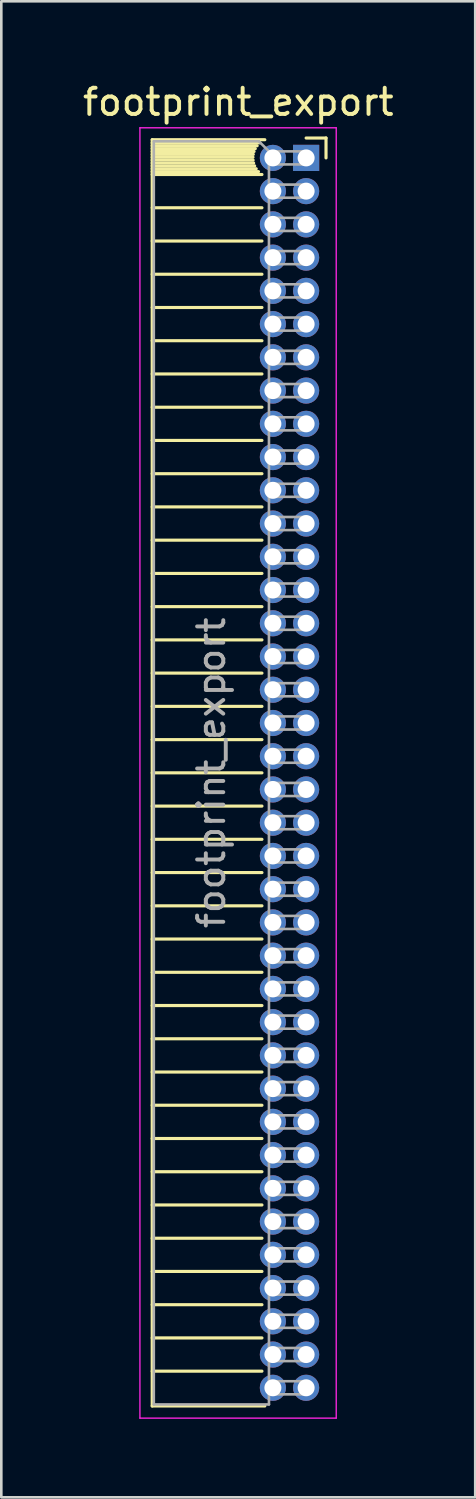
<source format=kicad_pcb>
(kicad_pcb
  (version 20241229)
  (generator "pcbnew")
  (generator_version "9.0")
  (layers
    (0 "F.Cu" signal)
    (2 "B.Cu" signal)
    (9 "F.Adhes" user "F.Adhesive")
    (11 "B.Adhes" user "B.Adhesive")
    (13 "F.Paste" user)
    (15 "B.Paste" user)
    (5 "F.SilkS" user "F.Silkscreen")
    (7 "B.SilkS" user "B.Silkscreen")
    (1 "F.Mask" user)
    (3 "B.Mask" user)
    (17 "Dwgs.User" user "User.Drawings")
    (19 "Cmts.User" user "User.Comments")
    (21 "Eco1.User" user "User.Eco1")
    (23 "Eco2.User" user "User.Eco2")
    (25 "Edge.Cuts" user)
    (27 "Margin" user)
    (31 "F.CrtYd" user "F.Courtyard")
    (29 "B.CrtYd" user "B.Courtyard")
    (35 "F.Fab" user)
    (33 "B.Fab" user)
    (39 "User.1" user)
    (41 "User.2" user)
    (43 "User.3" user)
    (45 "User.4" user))
  (footprint "footprint_export"
    (layer "F.Cu")
    (at 8.646 2.983)
    (property "Reference" "footprint_export" (at -2.592 -2.135 0) (layer "F.SilkS") (effects (font (size 1 1) (thickness 0.15))))
    (attr through_hole)
    (fp_line (start -5.88 -0.695) (end -5.88 47.685) (stroke (width 0.12) (type solid)) (layer "F.SilkS"))
    (fp_line (start -5.88 -0.695) (end -1.578 -0.695) (stroke (width 0.12) (type solid)) (layer "F.SilkS"))
    (fp_line (start -5.88 -0.575) (end -1.767 -0.575) (stroke (width 0.12) (type solid)) (layer "F.SilkS"))
    (fp_line (start -5.88 -0.465) (end -1.871 -0.465) (stroke (width 0.12) (type solid)) (layer "F.SilkS"))
    (fp_line (start -5.88 -0.355) (end -1.942 -0.355) (stroke (width 0.12) (type solid)) (layer "F.SilkS"))
    (fp_line (start -5.88 -0.245) (end -1.989 -0.245) (stroke (width 0.12) (type solid)) (layer "F.SilkS"))
    (fp_line (start -5.88 -0.135) (end -2.018 -0.135) (stroke (width 0.12) (type solid)) (layer "F.SilkS"))
    (fp_line (start -5.88 -0.025) (end -2.03 -0.025) (stroke (width 0.12) (type solid)) (layer "F.SilkS"))
    (fp_line (start -5.88 0.085) (end -2.025 0.085) (stroke (width 0.12) (type solid)) (layer "F.SilkS"))
    (fp_line (start -5.88 0.195) (end -2.005 0.195) (stroke (width 0.12) (type solid)) (layer "F.SilkS"))
    (fp_line (start -5.88 0.305) (end -1.966 0.305) (stroke (width 0.12) (type solid)) (layer "F.SilkS"))
    (fp_line (start -5.88 0.415) (end -1.907 0.415) (stroke (width 0.12) (type solid)) (layer "F.SilkS"))
    (fp_line (start -5.88 0.525) (end -1.82 0.525) (stroke (width 0.12) (type solid)) (layer "F.SilkS"))
    (fp_line (start -5.88 0.635) (end -1.688 0.635) (stroke (width 0.12) (type solid)) (layer "F.SilkS"))
    (fp_line (start -5.88 1.905) (end -1.688 1.905) (stroke (width 0.12) (type solid)) (layer "F.SilkS"))
    (fp_line (start -5.88 3.175) (end -1.688 3.175) (stroke (width 0.12) (type solid)) (layer "F.SilkS"))
    (fp_line (start -5.88 4.445) (end -1.688 4.445) (stroke (width 0.12) (type solid)) (layer "F.SilkS"))
    (fp_line (start -5.88 5.715) (end -1.688 5.715) (stroke (width 0.12) (type solid)) (layer "F.SilkS"))
    (fp_line (start -5.88 6.985) (end -1.688 6.985) (stroke (width 0.12) (type solid)) (layer "F.SilkS"))
    (fp_line (start -5.88 8.255) (end -1.688 8.255) (stroke (width 0.12) (type solid)) (layer "F.SilkS"))
    (fp_line (start -5.88 9.525) (end -1.688 9.525) (stroke (width 0.12) (type solid)) (layer "F.SilkS"))
    (fp_line (start -5.88 10.795) (end -1.688 10.795) (stroke (width 0.12) (type solid)) (layer "F.SilkS"))
    (fp_line (start -5.88 12.065) (end -1.688 12.065) (stroke (width 0.12) (type solid)) (layer "F.SilkS"))
    (fp_line (start -5.88 13.335) (end -1.688 13.335) (stroke (width 0.12) (type solid)) (layer "F.SilkS"))
    (fp_line (start -5.88 14.605) (end -1.688 14.605) (stroke (width 0.12) (type solid)) (layer "F.SilkS"))
    (fp_line (start -5.88 15.875) (end -1.688 15.875) (stroke (width 0.12) (type solid)) (layer "F.SilkS"))
    (fp_line (start -5.88 17.145) (end -1.688 17.145) (stroke (width 0.12) (type solid)) (layer "F.SilkS"))
    (fp_line (start -5.88 18.415) (end -1.688 18.415) (stroke (width 0.12) (type solid)) (layer "F.SilkS"))
    (fp_line (start -5.88 19.685) (end -1.688 19.685) (stroke (width 0.12) (type solid)) (layer "F.SilkS"))
    (fp_line (start -5.88 20.955) (end -1.688 20.955) (stroke (width 0.12) (type solid)) (layer "F.SilkS"))
    (fp_line (start -5.88 22.225) (end -1.688 22.225) (stroke (width 0.12) (type solid)) (layer "F.SilkS"))
    (fp_line (start -5.88 23.495) (end -1.688 23.495) (stroke (width 0.12) (type solid)) (layer "F.SilkS"))
    (fp_line (start -5.88 24.765) (end -1.688 24.765) (stroke (width 0.12) (type solid)) (layer "F.SilkS"))
    (fp_line (start -5.88 26.035) (end -1.688 26.035) (stroke (width 0.12) (type solid)) (layer "F.SilkS"))
    (fp_line (start -5.88 27.305) (end -1.688 27.305) (stroke (width 0.12) (type solid)) (layer "F.SilkS"))
    (fp_line (start -5.88 28.575) (end -1.688 28.575) (stroke (width 0.12) (type solid)) (layer "F.SilkS"))
    (fp_line (start -5.88 29.845) (end -1.688 29.845) (stroke (width 0.12) (type solid)) (layer "F.SilkS"))
    (fp_line (start -5.88 31.115) (end -1.688 31.115) (stroke (width 0.12) (type solid)) (layer "F.SilkS"))
    (fp_line (start -5.88 32.385) (end -1.688 32.385) (stroke (width 0.12) (type solid)) (layer "F.SilkS"))
    (fp_line (start -5.88 33.655) (end -1.688 33.655) (stroke (width 0.12) (type solid)) (layer "F.SilkS"))
    (fp_line (start -5.88 34.925) (end -1.688 34.925) (stroke (width 0.12) (type solid)) (layer "F.SilkS"))
    (fp_line (start -5.88 36.195) (end -1.688 36.195) (stroke (width 0.12) (type solid)) (layer "F.SilkS"))
    (fp_line (start -5.88 37.465) (end -1.688 37.465) (stroke (width 0.12) (type solid)) (layer "F.SilkS"))
    (fp_line (start -5.88 38.735) (end -1.688 38.735) (stroke (width 0.12) (type solid)) (layer "F.SilkS"))
    (fp_line (start -5.88 40.005) (end -1.688 40.005) (stroke (width 0.12) (type solid)) (layer "F.SilkS"))
    (fp_line (start -5.88 41.275) (end -1.688 41.275) (stroke (width 0.12) (type solid)) (layer "F.SilkS"))
    (fp_line (start -5.88 42.545) (end -1.688 42.545) (stroke (width 0.12) (type solid)) (layer "F.SilkS"))
    (fp_line (start -5.88 43.815) (end -1.688 43.815) (stroke (width 0.12) (type solid)) (layer "F.SilkS"))
    (fp_line (start -5.88 45.085) (end -1.688 45.085) (stroke (width 0.12) (type solid)) (layer "F.SilkS"))
    (fp_line (start -5.88 46.355) (end -1.688 46.355) (stroke (width 0.12) (type solid)) (layer "F.SilkS"))
    (fp_line (start -5.88 47.685) (end -1.578 47.685) (stroke (width 0.12) (type solid)) (layer "F.SilkS"))
    (fp_line (start 0 -0.76) (end 0.76 -0.76) (stroke (width 0.12) (type solid)) (layer "F.SilkS"))
    (fp_line (start 0.76 -0.76) (end 0.76 0) (stroke (width 0.12) (type solid)) (layer "F.SilkS"))
    (fp_line (start -6.35 -1.15) (end -6.35 48.15) (stroke (width 0.05) (type solid)) (layer "F.CrtYd"))
    (fp_line (start -6.35 48.15) (end 1.15 48.15) (stroke (width 0.05) (type solid)) (layer "F.CrtYd"))
    (fp_line (start 1.15 -1.15) (end -6.35 -1.15) (stroke (width 0.05) (type solid)) (layer "F.CrtYd"))
    (fp_line (start 1.15 48.15) (end 1.15 -1.15) (stroke (width 0.05) (type solid)) (layer "F.CrtYd"))
    (fp_line (start -5.82 -0.635) (end -1.805 -0.635) (stroke (width 0.1) (type solid)) (layer "F.Fab"))
    (fp_line (start -5.82 47.625) (end -5.82 -0.635) (stroke (width 0.1) (type solid)) (layer "F.Fab"))
    (fp_line (start -1.805 -0.635) (end -1.42 -0.25) (stroke (width 0.1) (type solid)) (layer "F.Fab"))
    (fp_line (start -1.42 -0.25) (end -1.42 47.625) (stroke (width 0.1) (type solid)) (layer "F.Fab"))
    (fp_line (start -1.42 0.25) (end 0 0.25) (stroke (width 0.1) (type solid)) (layer "F.Fab"))
    (fp_line (start -1.42 1.52) (end 0 1.52) (stroke (width 0.1) (type solid)) (layer "F.Fab"))
    (fp_line (start -1.42 2.79) (end 0 2.79) (stroke (width 0.1) (type solid)) (layer "F.Fab"))
    (fp_line (start -1.42 4.06) (end 0 4.06) (stroke (width 0.1) (type solid)) (layer "F.Fab"))
    (fp_line (start -1.42 5.33) (end 0 5.33) (stroke (width 0.1) (type solid)) (layer "F.Fab"))
    (fp_line (start -1.42 6.6) (end 0 6.6) (stroke (width 0.1) (type solid)) (layer "F.Fab"))
    (fp_line (start -1.42 7.87) (end 0 7.87) (stroke (width 0.1) (type solid)) (layer "F.Fab"))
    (fp_line (start -1.42 9.14) (end 0 9.14) (stroke (width 0.1) (type solid)) (layer "F.Fab"))
    (fp_line (start -1.42 10.41) (end 0 10.41) (stroke (width 0.1) (type solid)) (layer "F.Fab"))
    (fp_line (start -1.42 11.68) (end 0 11.68) (stroke (width 0.1) (type solid)) (layer "F.Fab"))
    (fp_line (start -1.42 12.95) (end 0 12.95) (stroke (width 0.1) (type solid)) (layer "F.Fab"))
    (fp_line (start -1.42 14.22) (end 0 14.22) (stroke (width 0.1) (type solid)) (layer "F.Fab"))
    (fp_line (start -1.42 15.49) (end 0 15.49) (stroke (width 0.1) (type solid)) (layer "F.Fab"))
    (fp_line (start -1.42 16.76) (end 0 16.76) (stroke (width 0.1) (type solid)) (layer "F.Fab"))
    (fp_line (start -1.42 18.03) (end 0 18.03) (stroke (width 0.1) (type solid)) (layer "F.Fab"))
    (fp_line (start -1.42 19.3) (end 0 19.3) (stroke (width 0.1) (type solid)) (layer "F.Fab"))
    (fp_line (start -1.42 20.57) (end 0 20.57) (stroke (width 0.1) (type solid)) (layer "F.Fab"))
    (fp_line (start -1.42 21.84) (end 0 21.84) (stroke (width 0.1) (type solid)) (layer "F.Fab"))
    (fp_line (start -1.42 23.11) (end 0 23.11) (stroke (width 0.1) (type solid)) (layer "F.Fab"))
    (fp_line (start -1.42 24.38) (end 0 24.38) (stroke (width 0.1) (type solid)) (layer "F.Fab"))
    (fp_line (start -1.42 25.65) (end 0 25.65) (stroke (width 0.1) (type solid)) (layer "F.Fab"))
    (fp_line (start -1.42 26.92) (end 0 26.92) (stroke (width 0.1) (type solid)) (layer "F.Fab"))
    (fp_line (start -1.42 28.19) (end 0 28.19) (stroke (width 0.1) (type solid)) (layer "F.Fab"))
    (fp_line (start -1.42 29.46) (end 0 29.46) (stroke (width 0.1) (type solid)) (layer "F.Fab"))
    (fp_line (start -1.42 30.73) (end 0 30.73) (stroke (width 0.1) (type solid)) (layer "F.Fab"))
    (fp_line (start -1.42 32) (end 0 32) (stroke (width 0.1) (type solid)) (layer "F.Fab"))
    (fp_line (start -1.42 33.27) (end 0 33.27) (stroke (width 0.1) (type solid)) (layer "F.Fab"))
    (fp_line (start -1.42 34.54) (end 0 34.54) (stroke (width 0.1) (type solid)) (layer "F.Fab"))
    (fp_line (start -1.42 35.81) (end 0 35.81) (stroke (width 0.1) (type solid)) (layer "F.Fab"))
    (fp_line (start -1.42 37.08) (end 0 37.08) (stroke (width 0.1) (type solid)) (layer "F.Fab"))
    (fp_line (start -1.42 38.35) (end 0 38.35) (stroke (width 0.1) (type solid)) (layer "F.Fab"))
    (fp_line (start -1.42 39.62) (end 0 39.62) (stroke (width 0.1) (type solid)) (layer "F.Fab"))
    (fp_line (start -1.42 40.89) (end 0 40.89) (stroke (width 0.1) (type solid)) (layer "F.Fab"))
    (fp_line (start -1.42 42.16) (end 0 42.16) (stroke (width 0.1) (type solid)) (layer "F.Fab"))
    (fp_line (start -1.42 43.43) (end 0 43.43) (stroke (width 0.1) (type solid)) (layer "F.Fab"))
    (fp_line (start -1.42 44.7) (end 0 44.7) (stroke (width 0.1) (type solid)) (layer "F.Fab"))
    (fp_line (start -1.42 45.97) (end 0 45.97) (stroke (width 0.1) (type solid)) (layer "F.Fab"))
    (fp_line (start -1.42 47.24) (end 0 47.24) (stroke (width 0.1) (type solid)) (layer "F.Fab"))
    (fp_line (start -1.42 47.625) (end -5.82 47.625) (stroke (width 0.1) (type solid)) (layer "F.Fab"))
    (fp_line (start 0 -0.25) (end -1.42 -0.25) (stroke (width 0.1) (type solid)) (layer "F.Fab"))
    (fp_line (start 0 0.25) (end 0 -0.25) (stroke (width 0.1) (type solid)) (layer "F.Fab"))
    (fp_line (start 0 1.02) (end -1.42 1.02) (stroke (width 0.1) (type solid)) (layer "F.Fab"))
    (fp_line (start 0 1.52) (end 0 1.02) (stroke (width 0.1) (type solid)) (layer "F.Fab"))
    (fp_line (start 0 2.29) (end -1.42 2.29) (stroke (width 0.1) (type solid)) (layer "F.Fab"))
    (fp_line (start 0 2.79) (end 0 2.29) (stroke (width 0.1) (type solid)) (layer "F.Fab"))
    (fp_line (start 0 3.56) (end -1.42 3.56) (stroke (width 0.1) (type solid)) (layer "F.Fab"))
    (fp_line (start 0 4.06) (end 0 3.56) (stroke (width 0.1) (type solid)) (layer "F.Fab"))
    (fp_line (start 0 4.83) (end -1.42 4.83) (stroke (width 0.1) (type solid)) (layer "F.Fab"))
    (fp_line (start 0 5.33) (end 0 4.83) (stroke (width 0.1) (type solid)) (layer "F.Fab"))
    (fp_line (start 0 6.1) (end -1.42 6.1) (stroke (width 0.1) (type solid)) (layer "F.Fab"))
    (fp_line (start 0 6.6) (end 0 6.1) (stroke (width 0.1) (type solid)) (layer "F.Fab"))
    (fp_line (start 0 7.37) (end -1.42 7.37) (stroke (width 0.1) (type solid)) (layer "F.Fab"))
    (fp_line (start 0 7.87) (end 0 7.37) (stroke (width 0.1) (type solid)) (layer "F.Fab"))
    (fp_line (start 0 8.64) (end -1.42 8.64) (stroke (width 0.1) (type solid)) (layer "F.Fab"))
    (fp_line (start 0 9.14) (end 0 8.64) (stroke (width 0.1) (type solid)) (layer "F.Fab"))
    (fp_line (start 0 9.91) (end -1.42 9.91) (stroke (width 0.1) (type solid)) (layer "F.Fab"))
    (fp_line (start 0 10.41) (end 0 9.91) (stroke (width 0.1) (type solid)) (layer "F.Fab"))
    (fp_line (start 0 11.18) (end -1.42 11.18) (stroke (width 0.1) (type solid)) (layer "F.Fab"))
    (fp_line (start 0 11.68) (end 0 11.18) (stroke (width 0.1) (type solid)) (layer "F.Fab"))
    (fp_line (start 0 12.45) (end -1.42 12.45) (stroke (width 0.1) (type solid)) (layer "F.Fab"))
    (fp_line (start 0 12.95) (end 0 12.45) (stroke (width 0.1) (type solid)) (layer "F.Fab"))
    (fp_line (start 0 13.72) (end -1.42 13.72) (stroke (width 0.1) (type solid)) (layer "F.Fab"))
    (fp_line (start 0 14.22) (end 0 13.72) (stroke (width 0.1) (type solid)) (layer "F.Fab"))
    (fp_line (start 0 14.99) (end -1.42 14.99) (stroke (width 0.1) (type solid)) (layer "F.Fab"))
    (fp_line (start 0 15.49) (end 0 14.99) (stroke (width 0.1) (type solid)) (layer "F.Fab"))
    (fp_line (start 0 16.26) (end -1.42 16.26) (stroke (width 0.1) (type solid)) (layer "F.Fab"))
    (fp_line (start 0 16.76) (end 0 16.26) (stroke (width 0.1) (type solid)) (layer "F.Fab"))
    (fp_line (start 0 17.53) (end -1.42 17.53) (stroke (width 0.1) (type solid)) (layer "F.Fab"))
    (fp_line (start 0 18.03) (end 0 17.53) (stroke (width 0.1) (type solid)) (layer "F.Fab"))
    (fp_line (start 0 18.8) (end -1.42 18.8) (stroke (width 0.1) (type solid)) (layer "F.Fab"))
    (fp_line (start 0 19.3) (end 0 18.8) (stroke (width 0.1) (type solid)) (layer "F.Fab"))
    (fp_line (start 0 20.07) (end -1.42 20.07) (stroke (width 0.1) (type solid)) (layer "F.Fab"))
    (fp_line (start 0 20.57) (end 0 20.07) (stroke (width 0.1) (type solid)) (layer "F.Fab"))
    (fp_line (start 0 21.34) (end -1.42 21.34) (stroke (width 0.1) (type solid)) (layer "F.Fab"))
    (fp_line (start 0 21.84) (end 0 21.34) (stroke (width 0.1) (type solid)) (layer "F.Fab"))
    (fp_line (start 0 22.61) (end -1.42 22.61) (stroke (width 0.1) (type solid)) (layer "F.Fab"))
    (fp_line (start 0 23.11) (end 0 22.61) (stroke (width 0.1) (type solid)) (layer "F.Fab"))
    (fp_line (start 0 23.88) (end -1.42 23.88) (stroke (width 0.1) (type solid)) (layer "F.Fab"))
    (fp_line (start 0 24.38) (end 0 23.88) (stroke (width 0.1) (type solid)) (layer "F.Fab"))
    (fp_line (start 0 25.15) (end -1.42 25.15) (stroke (width 0.1) (type solid)) (layer "F.Fab"))
    (fp_line (start 0 25.65) (end 0 25.15) (stroke (width 0.1) (type solid)) (layer "F.Fab"))
    (fp_line (start 0 26.42) (end -1.42 26.42) (stroke (width 0.1) (type solid)) (layer "F.Fab"))
    (fp_line (start 0 26.92) (end 0 26.42) (stroke (width 0.1) (type solid)) (layer "F.Fab"))
    (fp_line (start 0 27.69) (end -1.42 27.69) (stroke (width 0.1) (type solid)) (layer "F.Fab"))
    (fp_line (start 0 28.19) (end 0 27.69) (stroke (width 0.1) (type solid)) (layer "F.Fab"))
    (fp_line (start 0 28.96) (end -1.42 28.96) (stroke (width 0.1) (type solid)) (layer "F.Fab"))
    (fp_line (start 0 29.46) (end 0 28.96) (stroke (width 0.1) (type solid)) (layer "F.Fab"))
    (fp_line (start 0 30.23) (end -1.42 30.23) (stroke (width 0.1) (type solid)) (layer "F.Fab"))
    (fp_line (start 0 30.73) (end 0 30.23) (stroke (width 0.1) (type solid)) (layer "F.Fab"))
    (fp_line (start 0 31.5) (end -1.42 31.5) (stroke (width 0.1) (type solid)) (layer "F.Fab"))
    (fp_line (start 0 32) (end 0 31.5) (stroke (width 0.1) (type solid)) (layer "F.Fab"))
    (fp_line (start 0 32.77) (end -1.42 32.77) (stroke (width 0.1) (type solid)) (layer "F.Fab"))
    (fp_line (start 0 33.27) (end 0 32.77) (stroke (width 0.1) (type solid)) (layer "F.Fab"))
    (fp_line (start 0 34.04) (end -1.42 34.04) (stroke (width 0.1) (type solid)) (layer "F.Fab"))
    (fp_line (start 0 34.54) (end 0 34.04) (stroke (width 0.1) (type solid)) (layer "F.Fab"))
    (fp_line (start 0 35.31) (end -1.42 35.31) (stroke (width 0.1) (type solid)) (layer "F.Fab"))
    (fp_line (start 0 35.81) (end 0 35.31) (stroke (width 0.1) (type solid)) (layer "F.Fab"))
    (fp_line (start 0 36.58) (end -1.42 36.58) (stroke (width 0.1) (type solid)) (layer "F.Fab"))
    (fp_line (start 0 37.08) (end 0 36.58) (stroke (width 0.1) (type solid)) (layer "F.Fab"))
    (fp_line (start 0 37.85) (end -1.42 37.85) (stroke (width 0.1) (type solid)) (layer "F.Fab"))
    (fp_line (start 0 38.35) (end 0 37.85) (stroke (width 0.1) (type solid)) (layer "F.Fab"))
    (fp_line (start 0 39.12) (end -1.42 39.12) (stroke (width 0.1) (type solid)) (layer "F.Fab"))
    (fp_line (start 0 39.62) (end 0 39.12) (stroke (width 0.1) (type solid)) (layer "F.Fab"))
    (fp_line (start 0 40.39) (end -1.42 40.39) (stroke (width 0.1) (type solid)) (layer "F.Fab"))
    (fp_line (start 0 40.89) (end 0 40.39) (stroke (width 0.1) (type solid)) (layer "F.Fab"))
    (fp_line (start 0 41.66) (end -1.42 41.66) (stroke (width 0.1) (type solid)) (layer "F.Fab"))
    (fp_line (start 0 42.16) (end 0 41.66) (stroke (width 0.1) (type solid)) (layer "F.Fab"))
    (fp_line (start 0 42.93) (end -1.42 42.93) (stroke (width 0.1) (type solid)) (layer "F.Fab"))
    (fp_line (start 0 43.43) (end 0 42.93) (stroke (width 0.1) (type solid)) (layer "F.Fab"))
    (fp_line (start 0 44.2) (end -1.42 44.2) (stroke (width 0.1) (type solid)) (layer "F.Fab"))
    (fp_line (start 0 44.7) (end 0 44.2) (stroke (width 0.1) (type solid)) (layer "F.Fab"))
    (fp_line (start 0 45.47) (end -1.42 45.47) (stroke (width 0.1) (type solid)) (layer "F.Fab"))
    (fp_line (start 0 45.97) (end 0 45.47) (stroke (width 0.1) (type solid)) (layer "F.Fab"))
    (fp_line (start 0 46.74) (end -1.42 46.74) (stroke (width 0.1) (type solid)) (layer "F.Fab"))
    (fp_line (start 0 47.24) (end 0 46.74) (stroke (width 0.1) (type solid)) (layer "F.Fab"))
    (fp_text user "${REFERENCE}" (at -3.62 23.495 90) (layer "F.Fab") (effects (font (size 1 1) (thickness 0.15))))
    (pad "1" thru_hole rect (at 0 0) (size 1 1) (drill 0.65) (layers "*.Cu" "*.Mask"))
    (pad "2" thru_hole oval (at -1.27 0) (size 1 1) (drill 0.65) (layers "*.Cu" "*.Mask"))
    (pad "3" thru_hole oval (at 0 1.27) (size 1 1) (drill 0.65) (layers "*.Cu" "*.Mask"))
    (pad "4" thru_hole oval (at -1.27 1.27) (size 1 1) (drill 0.65) (layers "*.Cu" "*.Mask"))
    (pad "5" thru_hole oval (at 0 2.54) (size 1 1) (drill 0.65) (layers "*.Cu" "*.Mask"))
    (pad "6" thru_hole oval (at -1.27 2.54) (size 1 1) (drill 0.65) (layers "*.Cu" "*.Mask"))
    (pad "7" thru_hole oval (at 0 3.81) (size 1 1) (drill 0.65) (layers "*.Cu" "*.Mask"))
    (pad "8" thru_hole oval (at -1.27 3.81) (size 1 1) (drill 0.65) (layers "*.Cu" "*.Mask"))
    (pad "9" thru_hole oval (at 0 5.08) (size 1 1) (drill 0.65) (layers "*.Cu" "*.Mask"))
    (pad "10" thru_hole oval (at -1.27 5.08) (size 1 1) (drill 0.65) (layers "*.Cu" "*.Mask"))
    (pad "11" thru_hole oval (at 0 6.35) (size 1 1) (drill 0.65) (layers "*.Cu" "*.Mask"))
    (pad "12" thru_hole oval (at -1.27 6.35) (size 1 1) (drill 0.65) (layers "*.Cu" "*.Mask"))
    (pad "13" thru_hole oval (at 0 7.62) (size 1 1) (drill 0.65) (layers "*.Cu" "*.Mask"))
    (pad "14" thru_hole oval (at -1.27 7.62) (size 1 1) (drill 0.65) (layers "*.Cu" "*.Mask"))
    (pad "15" thru_hole oval (at 0 8.89) (size 1 1) (drill 0.65) (layers "*.Cu" "*.Mask"))
    (pad "16" thru_hole oval (at -1.27 8.89) (size 1 1) (drill 0.65) (layers "*.Cu" "*.Mask"))
    (pad "17" thru_hole oval (at 0 10.16) (size 1 1) (drill 0.65) (layers "*.Cu" "*.Mask"))
    (pad "18" thru_hole oval (at -1.27 10.16) (size 1 1) (drill 0.65) (layers "*.Cu" "*.Mask"))
    (pad "19" thru_hole oval (at 0 11.43) (size 1 1) (drill 0.65) (layers "*.Cu" "*.Mask"))
    (pad "20" thru_hole oval (at -1.27 11.43) (size 1 1) (drill 0.65) (layers "*.Cu" "*.Mask"))
    (pad "21" thru_hole oval (at 0 12.7) (size 1 1) (drill 0.65) (layers "*.Cu" "*.Mask"))
    (pad "22" thru_hole oval (at -1.27 12.7) (size 1 1) (drill 0.65) (layers "*.Cu" "*.Mask"))
    (pad "23" thru_hole oval (at 0 13.97) (size 1 1) (drill 0.65) (layers "*.Cu" "*.Mask"))
    (pad "24" thru_hole oval (at -1.27 13.97) (size 1 1) (drill 0.65) (layers "*.Cu" "*.Mask"))
    (pad "25" thru_hole oval (at 0 15.24) (size 1 1) (drill 0.65) (layers "*.Cu" "*.Mask"))
    (pad "26" thru_hole oval (at -1.27 15.24) (size 1 1) (drill 0.65) (layers "*.Cu" "*.Mask"))
    (pad "27" thru_hole oval (at 0 16.51) (size 1 1) (drill 0.65) (layers "*.Cu" "*.Mask"))
    (pad "28" thru_hole oval (at -1.27 16.51) (size 1 1) (drill 0.65) (layers "*.Cu" "*.Mask"))
    (pad "29" thru_hole oval (at 0 17.78) (size 1 1) (drill 0.65) (layers "*.Cu" "*.Mask"))
    (pad "30" thru_hole oval (at -1.27 17.78) (size 1 1) (drill 0.65) (layers "*.Cu" "*.Mask"))
    (pad "31" thru_hole oval (at 0 19.05) (size 1 1) (drill 0.65) (layers "*.Cu" "*.Mask"))
    (pad "32" thru_hole oval (at -1.27 19.05) (size 1 1) (drill 0.65) (layers "*.Cu" "*.Mask"))
    (pad "33" thru_hole oval (at 0 20.32) (size 1 1) (drill 0.65) (layers "*.Cu" "*.Mask"))
    (pad "34" thru_hole oval (at -1.27 20.32) (size 1 1) (drill 0.65) (layers "*.Cu" "*.Mask"))
    (pad "35" thru_hole oval (at 0 21.59) (size 1 1) (drill 0.65) (layers "*.Cu" "*.Mask"))
    (pad "36" thru_hole oval (at -1.27 21.59) (size 1 1) (drill 0.65) (layers "*.Cu" "*.Mask"))
    (pad "37" thru_hole oval (at 0 22.86) (size 1 1) (drill 0.65) (layers "*.Cu" "*.Mask"))
    (pad "38" thru_hole oval (at -1.27 22.86) (size 1 1) (drill 0.65) (layers "*.Cu" "*.Mask"))
    (pad "39" thru_hole oval (at 0 24.13) (size 1 1) (drill 0.65) (layers "*.Cu" "*.Mask"))
    (pad "40" thru_hole oval (at -1.27 24.13) (size 1 1) (drill 0.65) (layers "*.Cu" "*.Mask"))
    (pad "41" thru_hole oval (at 0 25.4) (size 1 1) (drill 0.65) (layers "*.Cu" "*.Mask"))
    (pad "42" thru_hole oval (at -1.27 25.4) (size 1 1) (drill 0.65) (layers "*.Cu" "*.Mask"))
    (pad "43" thru_hole oval (at 0 26.67) (size 1 1) (drill 0.65) (layers "*.Cu" "*.Mask"))
    (pad "44" thru_hole oval (at -1.27 26.67) (size 1 1) (drill 0.65) (layers "*.Cu" "*.Mask"))
    (pad "45" thru_hole oval (at 0 27.94) (size 1 1) (drill 0.65) (layers "*.Cu" "*.Mask"))
    (pad "46" thru_hole oval (at -1.27 27.94) (size 1 1) (drill 0.65) (layers "*.Cu" "*.Mask"))
    (pad "47" thru_hole oval (at 0 29.21) (size 1 1) (drill 0.65) (layers "*.Cu" "*.Mask"))
    (pad "48" thru_hole oval (at -1.27 29.21) (size 1 1) (drill 0.65) (layers "*.Cu" "*.Mask"))
    (pad "49" thru_hole oval (at 0 30.48) (size 1 1) (drill 0.65) (layers "*.Cu" "*.Mask"))
    (pad "50" thru_hole oval (at -1.27 30.48) (size 1 1) (drill 0.65) (layers "*.Cu" "*.Mask"))
    (pad "51" thru_hole oval (at 0 31.75) (size 1 1) (drill 0.65) (layers "*.Cu" "*.Mask"))
    (pad "52" thru_hole oval (at -1.27 31.75) (size 1 1) (drill 0.65) (layers "*.Cu" "*.Mask"))
    (pad "53" thru_hole oval (at 0 33.02) (size 1 1) (drill 0.65) (layers "*.Cu" "*.Mask"))
    (pad "54" thru_hole oval (at -1.27 33.02) (size 1 1) (drill 0.65) (layers "*.Cu" "*.Mask"))
    (pad "55" thru_hole oval (at 0 34.29) (size 1 1) (drill 0.65) (layers "*.Cu" "*.Mask"))
    (pad "56" thru_hole oval (at -1.27 34.29) (size 1 1) (drill 0.65) (layers "*.Cu" "*.Mask"))
    (pad "57" thru_hole oval (at 0 35.56) (size 1 1) (drill 0.65) (layers "*.Cu" "*.Mask"))
    (pad "58" thru_hole oval (at -1.27 35.56) (size 1 1) (drill 0.65) (layers "*.Cu" "*.Mask"))
    (pad "59" thru_hole oval (at 0 36.83) (size 1 1) (drill 0.65) (layers "*.Cu" "*.Mask"))
    (pad "60" thru_hole oval (at -1.27 36.83) (size 1 1) (drill 0.65) (layers "*.Cu" "*.Mask"))
    (pad "61" thru_hole oval (at 0 38.1) (size 1 1) (drill 0.65) (layers "*.Cu" "*.Mask"))
    (pad "62" thru_hole oval (at -1.27 38.1) (size 1 1) (drill 0.65) (layers "*.Cu" "*.Mask"))
    (pad "63" thru_hole oval (at 0 39.37) (size 1 1) (drill 0.65) (layers "*.Cu" "*.Mask"))
    (pad "64" thru_hole oval (at -1.27 39.37) (size 1 1) (drill 0.65) (layers "*.Cu" "*.Mask"))
    (pad "65" thru_hole oval (at 0 40.64) (size 1 1) (drill 0.65) (layers "*.Cu" "*.Mask"))
    (pad "66" thru_hole oval (at -1.27 40.64) (size 1 1) (drill 0.65) (layers "*.Cu" "*.Mask"))
    (pad "67" thru_hole oval (at 0 41.91) (size 1 1) (drill 0.65) (layers "*.Cu" "*.Mask"))
    (pad "68" thru_hole oval (at -1.27 41.91) (size 1 1) (drill 0.65) (layers "*.Cu" "*.Mask"))
    (pad "69" thru_hole oval (at 0 43.18) (size 1 1) (drill 0.65) (layers "*.Cu" "*.Mask"))
    (pad "70" thru_hole oval (at -1.27 43.18) (size 1 1) (drill 0.65) (layers "*.Cu" "*.Mask"))
    (pad "71" thru_hole oval (at 0 44.45) (size 1 1) (drill 0.65) (layers "*.Cu" "*.Mask"))
    (pad "72" thru_hole oval (at -1.27 44.45) (size 1 1) (drill 0.65) (layers "*.Cu" "*.Mask"))
    (pad "73" thru_hole oval (at 0 45.72) (size 1 1) (drill 0.65) (layers "*.Cu" "*.Mask"))
    (pad "74" thru_hole oval (at -1.27 45.72) (size 1 1) (drill 0.65) (layers "*.Cu" "*.Mask"))
    (pad "75" thru_hole oval (at 0 46.99) (size 1 1) (drill 0.65) (layers "*.Cu" "*.Mask"))
    (pad "76" thru_hole oval (at -1.27 46.99) (size 1 1) (drill 0.65) (layers "*.Cu" "*.Mask")))
  (gr_rect
    (start -3 -3)
    (end 15.107 54.158)
    (stroke (width 0.1) (type default))
    (fill no)
    (layer "Edge.Cuts")))
</source>
